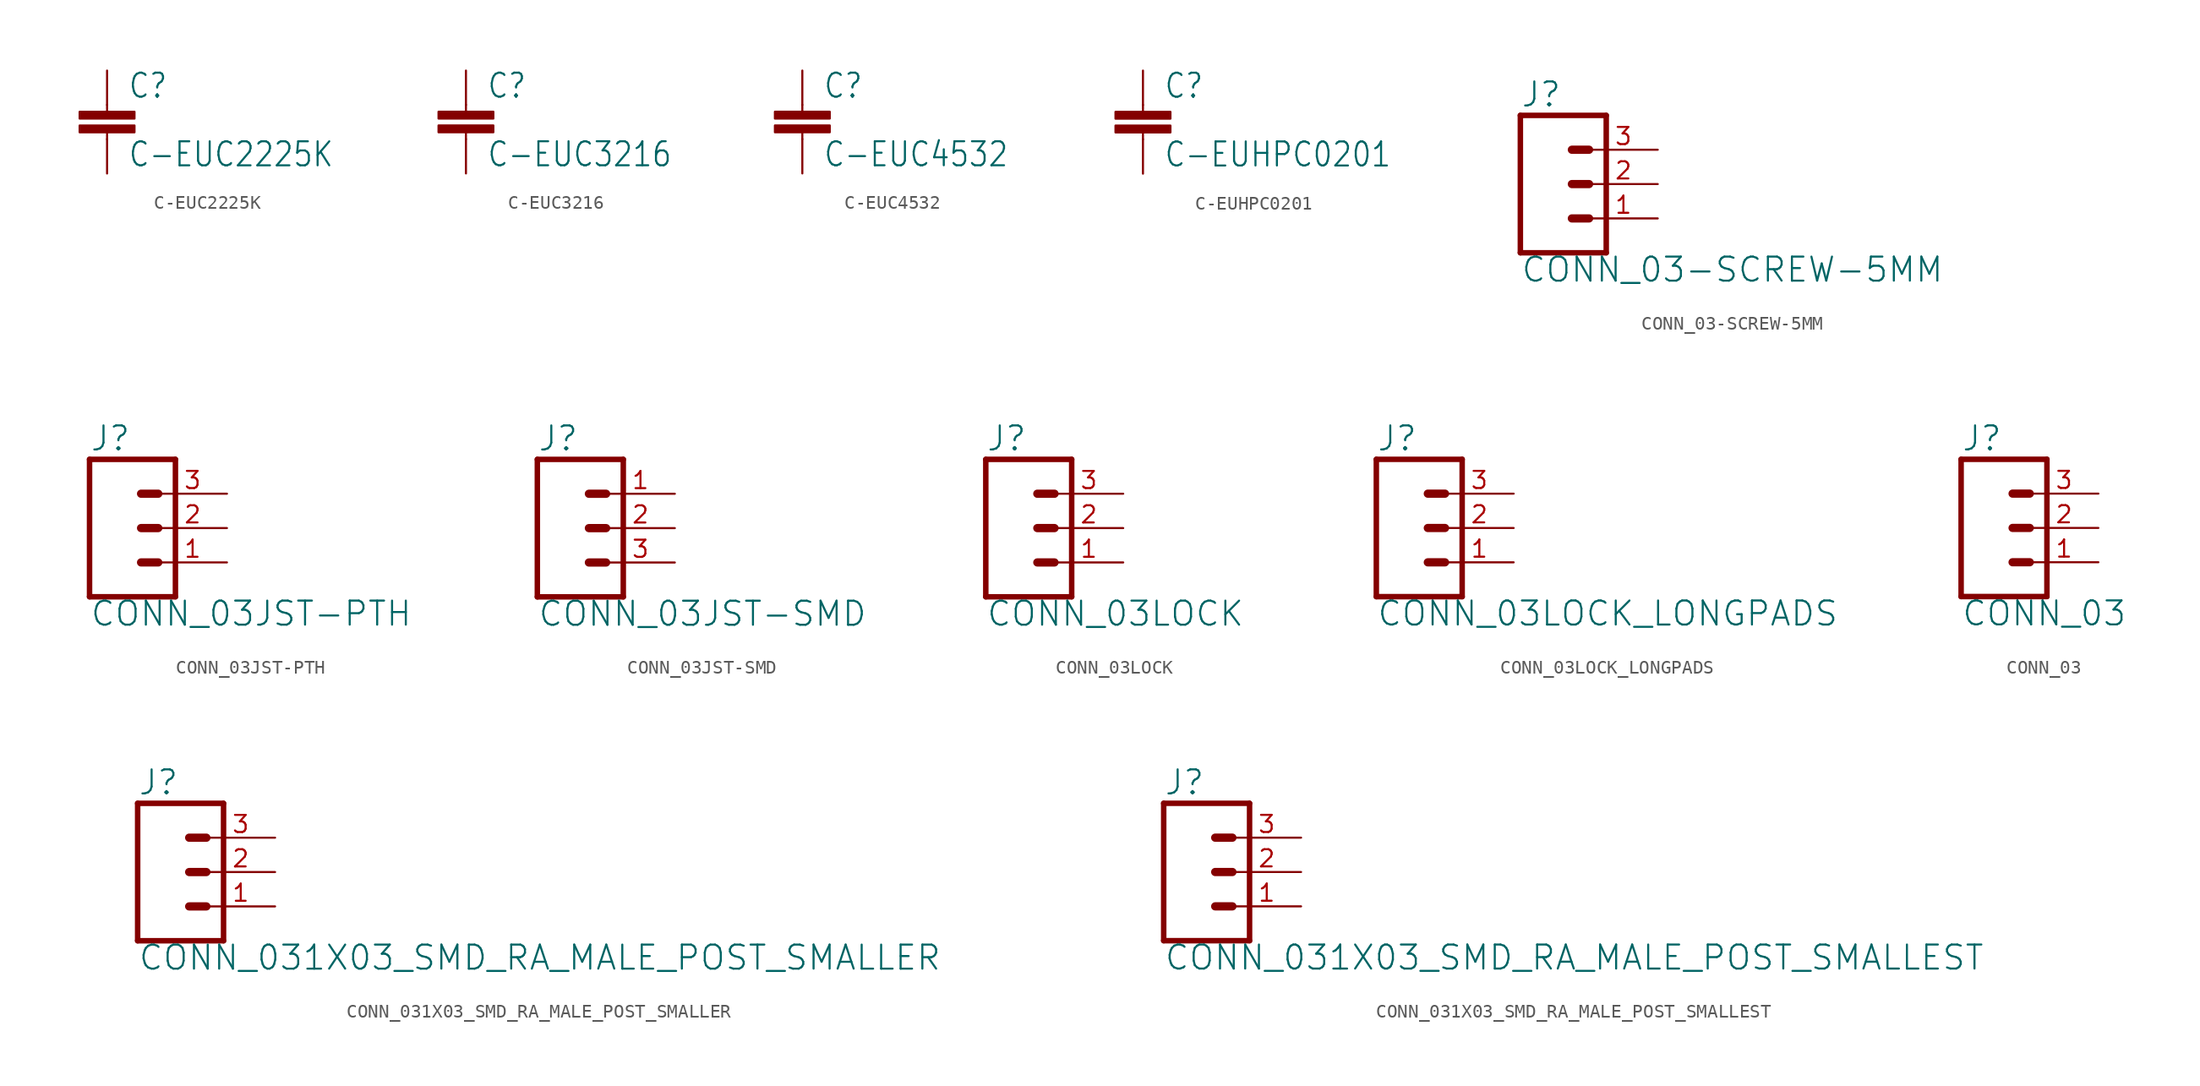
<source format=kicad_sym>
(kicad_symbol_lib
  (version 20211014)
  (generator kicad_symbol_editor)
  (symbol "C-EUC2225K"
    (property "Reference" "C"
      (at 1.524 0.381 0)
      (effects (font (size 1.778 1.511)) (justify left bottom)))
    (property "Value" "C-EUC2225K"
      (at 1.524 -4.699 0)
      (effects (font (size 1.778 1.511)) (justify left bottom)))
    (property "ki_locked" ""
      (at 0 0 0)
      (effects (font (size 1.27 1.27))))
    (symbol "C-EUC2225K_1_0"
      (rectangle (start -2.032 -2.032) (end 2.032 -1.524) (stroke (width 0) (type default) (color 0 0 0 0)) (fill (type outline)))
      (rectangle (start -2.032 -1.016) (end 2.032 -0.508) (stroke (width 0) (type default) (color 0 0 0 0)) (fill (type outline)))
      (polyline (pts (xy 0 -2.54) (xy 0 -2.032)) (stroke (width 0.152) (type default) (color 0 0 0 0)) (fill (type none)))
      (polyline (pts (xy 0 0) (xy 0 -0.508)) (stroke (width 0.152) (type default) (color 0 0 0 0)) (fill (type none)))
      (pin passive line (at 0 2.54 270) (length 2.54) (name "1" (effects (font (size 0 0)))) (number "1" (effects (font (size 0 0)))))
      (pin passive line (at 0 -5.08 90) (length 2.54) (name "2" (effects (font (size 0 0)))) (number "2" (effects (font (size 0 0)))))))
  (symbol "C-EUC3216"
    (property "Reference" "C"
      (at 1.524 0.381 0)
      (effects (font (size 1.778 1.511)) (justify left bottom)))
    (property "Value" "C-EUC3216"
      (at 1.524 -4.699 0)
      (effects (font (size 1.778 1.511)) (justify left bottom)))
    (property "ki_locked" ""
      (at 0 0 0)
      (effects (font (size 1.27 1.27))))
    (symbol "C-EUC3216_1_0"
      (rectangle (start -2.032 -2.032) (end 2.032 -1.524) (stroke (width 0) (type default) (color 0 0 0 0)) (fill (type outline)))
      (rectangle (start -2.032 -1.016) (end 2.032 -0.508) (stroke (width 0) (type default) (color 0 0 0 0)) (fill (type outline)))
      (polyline (pts (xy 0 -2.54) (xy 0 -2.032)) (stroke (width 0.152) (type default) (color 0 0 0 0)) (fill (type none)))
      (polyline (pts (xy 0 0) (xy 0 -0.508)) (stroke (width 0.152) (type default) (color 0 0 0 0)) (fill (type none)))
      (pin passive line (at 0 2.54 270) (length 2.54) (name "1" (effects (font (size 0 0)))) (number "1" (effects (font (size 0 0)))))
      (pin passive line (at 0 -5.08 90) (length 2.54) (name "2" (effects (font (size 0 0)))) (number "2" (effects (font (size 0 0)))))))
  (symbol "C-EUC4532"
    (property "Reference" "C"
      (at 1.524 0.381 0)
      (effects (font (size 1.778 1.511)) (justify left bottom)))
    (property "Value" "C-EUC4532"
      (at 1.524 -4.699 0)
      (effects (font (size 1.778 1.511)) (justify left bottom)))
    (property "ki_locked" ""
      (at 0 0 0)
      (effects (font (size 1.27 1.27))))
    (symbol "C-EUC4532_1_0"
      (rectangle (start -2.032 -2.032) (end 2.032 -1.524) (stroke (width 0) (type default) (color 0 0 0 0)) (fill (type outline)))
      (rectangle (start -2.032 -1.016) (end 2.032 -0.508) (stroke (width 0) (type default) (color 0 0 0 0)) (fill (type outline)))
      (polyline (pts (xy 0 -2.54) (xy 0 -2.032)) (stroke (width 0.152) (type default) (color 0 0 0 0)) (fill (type none)))
      (polyline (pts (xy 0 0) (xy 0 -0.508)) (stroke (width 0.152) (type default) (color 0 0 0 0)) (fill (type none)))
      (pin passive line (at 0 2.54 270) (length 2.54) (name "1" (effects (font (size 0 0)))) (number "1" (effects (font (size 0 0)))))
      (pin passive line (at 0 -5.08 90) (length 2.54) (name "2" (effects (font (size 0 0)))) (number "2" (effects (font (size 0 0)))))))
  (symbol "C-EUHPC0201"
    (property "Reference" "C"
      (at 1.524 0.381 0)
      (effects (font (size 1.778 1.511)) (justify left bottom)))
    (property "Value" "C-EUHPC0201"
      (at 1.524 -4.699 0)
      (effects (font (size 1.778 1.511)) (justify left bottom)))
    (property "ki_locked" ""
      (at 0 0 0)
      (effects (font (size 1.27 1.27))))
    (symbol "C-EUHPC0201_1_0"
      (rectangle (start -2.032 -2.032) (end 2.032 -1.524) (stroke (width 0) (type default) (color 0 0 0 0)) (fill (type outline)))
      (rectangle (start -2.032 -1.016) (end 2.032 -0.508) (stroke (width 0) (type default) (color 0 0 0 0)) (fill (type outline)))
      (polyline (pts (xy 0 -2.54) (xy 0 -2.032)) (stroke (width 0.152) (type default) (color 0 0 0 0)) (fill (type none)))
      (polyline (pts (xy 0 0) (xy 0 -0.508)) (stroke (width 0.152) (type default) (color 0 0 0 0)) (fill (type none)))
      (pin passive line (at 0 2.54 270) (length 2.54) (name "1" (effects (font (size 0 0)))) (number "1" (effects (font (size 0 0)))))
      (pin passive line (at 0 -5.08 90) (length 2.54) (name "2" (effects (font (size 0 0)))) (number "2" (effects (font (size 0 0)))))))
  (symbol "CONN_03-SCREW-5MM"
    (property "Reference" "J"
      (at -2.54 5.588 0)
      (effects (font (size 1.778 1.778)) (justify left bottom)))
    (property "Value" "CONN_03-SCREW-5MM"
      (at -2.54 -7.366 0)
      (effects (font (size 1.778 1.778)) (justify left bottom)))
    (property "ki_locked" ""
      (at 0 0 0)
      (effects (font (size 1.27 1.27))))
    (symbol "CONN_03-SCREW-5MM_1_0"
      (polyline (pts (xy -2.54 5.08) (xy -2.54 -5.08)) (stroke (width 0.406) (type default) (color 0 0 0 0)) (fill (type none)))
      (polyline (pts (xy -2.54 5.08) (xy 3.81 5.08)) (stroke (width 0.406) (type default) (color 0 0 0 0)) (fill (type none)))
      (polyline (pts (xy 1.27 -2.54) (xy 2.54 -2.54)) (stroke (width 0.61) (type default) (color 0 0 0 0)) (fill (type none)))
      (polyline (pts (xy 1.27 0) (xy 2.54 0)) (stroke (width 0.61) (type default) (color 0 0 0 0)) (fill (type none)))
      (polyline (pts (xy 1.27 2.54) (xy 2.54 2.54)) (stroke (width 0.61) (type default) (color 0 0 0 0)) (fill (type none)))
      (polyline (pts (xy 3.81 -5.08) (xy -2.54 -5.08)) (stroke (width 0.406) (type default) (color 0 0 0 0)) (fill (type none)))
      (polyline (pts (xy 3.81 -5.08) (xy 3.81 5.08)) (stroke (width 0.406) (type default) (color 0 0 0 0)) (fill (type none)))
      (pin passive line (at 7.62 -2.54 180) (length 5.08) (name "1" (effects (font (size 0 0)))) (number "1" (effects (font (size 1.27 1.27)))))
      (pin passive line (at 7.62 0 180) (length 5.08) (name "2" (effects (font (size 0 0)))) (number "2" (effects (font (size 1.27 1.27)))))
      (pin passive line (at 7.62 2.54 180) (length 5.08) (name "3" (effects (font (size 0 0)))) (number "3" (effects (font (size 1.27 1.27)))))))
  (symbol "CONN_03JST-PTH"
    (property "Reference" "J"
      (at -2.54 5.588 0)
      (effects (font (size 1.778 1.778)) (justify left bottom)))
    (property "Value" "CONN_03JST-PTH"
      (at -2.54 -7.366 0)
      (effects (font (size 1.778 1.778)) (justify left bottom)))
    (property "ki_locked" ""
      (at 0 0 0)
      (effects (font (size 1.27 1.27))))
    (symbol "CONN_03JST-PTH_1_0"
      (polyline (pts (xy -2.54 5.08) (xy -2.54 -5.08)) (stroke (width 0.406) (type default) (color 0 0 0 0)) (fill (type none)))
      (polyline (pts (xy -2.54 5.08) (xy 3.81 5.08)) (stroke (width 0.406) (type default) (color 0 0 0 0)) (fill (type none)))
      (polyline (pts (xy 1.27 -2.54) (xy 2.54 -2.54)) (stroke (width 0.61) (type default) (color 0 0 0 0)) (fill (type none)))
      (polyline (pts (xy 1.27 0) (xy 2.54 0)) (stroke (width 0.61) (type default) (color 0 0 0 0)) (fill (type none)))
      (polyline (pts (xy 1.27 2.54) (xy 2.54 2.54)) (stroke (width 0.61) (type default) (color 0 0 0 0)) (fill (type none)))
      (polyline (pts (xy 3.81 -5.08) (xy -2.54 -5.08)) (stroke (width 0.406) (type default) (color 0 0 0 0)) (fill (type none)))
      (polyline (pts (xy 3.81 -5.08) (xy 3.81 5.08)) (stroke (width 0.406) (type default) (color 0 0 0 0)) (fill (type none)))
      (pin passive line (at 7.62 -2.54 180) (length 5.08) (name "1" (effects (font (size 0 0)))) (number "1" (effects (font (size 1.27 1.27)))))
      (pin passive line (at 7.62 0 180) (length 5.08) (name "2" (effects (font (size 0 0)))) (number "2" (effects (font (size 1.27 1.27)))))
      (pin passive line (at 7.62 2.54 180) (length 5.08) (name "3" (effects (font (size 0 0)))) (number "3" (effects (font (size 1.27 1.27)))))))
  (symbol "CONN_03JST-SMD"
    (property "Reference" "J"
      (at -2.54 5.588 0)
      (effects (font (size 1.778 1.778)) (justify left bottom)))
    (property "Value" "CONN_03JST-SMD"
      (at -2.54 -7.366 0)
      (effects (font (size 1.778 1.778)) (justify left bottom)))
    (property "ki_locked" ""
      (at 0 0 0)
      (effects (font (size 1.27 1.27))))
    (symbol "CONN_03JST-SMD_1_0"
      (polyline (pts (xy -2.54 5.08) (xy -2.54 -5.08)) (stroke (width 0.406) (type default) (color 0 0 0 0)) (fill (type none)))
      (polyline (pts (xy -2.54 5.08) (xy 3.81 5.08)) (stroke (width 0.406) (type default) (color 0 0 0 0)) (fill (type none)))
      (polyline (pts (xy 1.27 -2.54) (xy 2.54 -2.54)) (stroke (width 0.61) (type default) (color 0 0 0 0)) (fill (type none)))
      (polyline (pts (xy 1.27 0) (xy 2.54 0)) (stroke (width 0.61) (type default) (color 0 0 0 0)) (fill (type none)))
      (polyline (pts (xy 1.27 2.54) (xy 2.54 2.54)) (stroke (width 0.61) (type default) (color 0 0 0 0)) (fill (type none)))
      (polyline (pts (xy 3.81 -5.08) (xy -2.54 -5.08)) (stroke (width 0.406) (type default) (color 0 0 0 0)) (fill (type none)))
      (polyline (pts (xy 3.81 -5.08) (xy 3.81 5.08)) (stroke (width 0.406) (type default) (color 0 0 0 0)) (fill (type none)))
      (pin passive line (at 7.62 2.54 180) (length 5.08) (name "3" (effects (font (size 0 0)))) (number "1" (effects (font (size 1.27 1.27)))))
      (pin passive line (at 7.62 0 180) (length 5.08) (name "2" (effects (font (size 0 0)))) (number "2" (effects (font (size 1.27 1.27)))))
      (pin passive line (at 7.62 -2.54 180) (length 5.08) (name "1" (effects (font (size 0 0)))) (number "3" (effects (font (size 1.27 1.27)))))))
  (symbol "CONN_03LOCK"
    (property "Reference" "J"
      (at -2.54 5.588 0)
      (effects (font (size 1.778 1.778)) (justify left bottom)))
    (property "Value" "CONN_03LOCK"
      (at -2.54 -7.366 0)
      (effects (font (size 1.778 1.778)) (justify left bottom)))
    (property "ki_locked" ""
      (at 0 0 0)
      (effects (font (size 1.27 1.27))))
    (symbol "CONN_03LOCK_1_0"
      (polyline (pts (xy -2.54 5.08) (xy -2.54 -5.08)) (stroke (width 0.406) (type default) (color 0 0 0 0)) (fill (type none)))
      (polyline (pts (xy -2.54 5.08) (xy 3.81 5.08)) (stroke (width 0.406) (type default) (color 0 0 0 0)) (fill (type none)))
      (polyline (pts (xy 1.27 -2.54) (xy 2.54 -2.54)) (stroke (width 0.61) (type default) (color 0 0 0 0)) (fill (type none)))
      (polyline (pts (xy 1.27 0) (xy 2.54 0)) (stroke (width 0.61) (type default) (color 0 0 0 0)) (fill (type none)))
      (polyline (pts (xy 1.27 2.54) (xy 2.54 2.54)) (stroke (width 0.61) (type default) (color 0 0 0 0)) (fill (type none)))
      (polyline (pts (xy 3.81 -5.08) (xy -2.54 -5.08)) (stroke (width 0.406) (type default) (color 0 0 0 0)) (fill (type none)))
      (polyline (pts (xy 3.81 -5.08) (xy 3.81 5.08)) (stroke (width 0.406) (type default) (color 0 0 0 0)) (fill (type none)))
      (pin passive line (at 7.62 -2.54 180) (length 5.08) (name "1" (effects (font (size 0 0)))) (number "1" (effects (font (size 1.27 1.27)))))
      (pin passive line (at 7.62 0 180) (length 5.08) (name "2" (effects (font (size 0 0)))) (number "2" (effects (font (size 1.27 1.27)))))
      (pin passive line (at 7.62 2.54 180) (length 5.08) (name "3" (effects (font (size 0 0)))) (number "3" (effects (font (size 1.27 1.27)))))))
  (symbol "CONN_03LOCK_LONGPADS"
    (property "Reference" "J"
      (at -2.54 5.588 0)
      (effects (font (size 1.778 1.778)) (justify left bottom)))
    (property "Value" "CONN_03LOCK_LONGPADS"
      (at -2.54 -7.366 0)
      (effects (font (size 1.778 1.778)) (justify left bottom)))
    (property "ki_locked" ""
      (at 0 0 0)
      (effects (font (size 1.27 1.27))))
    (symbol "CONN_03LOCK_LONGPADS_1_0"
      (polyline (pts (xy -2.54 5.08) (xy -2.54 -5.08)) (stroke (width 0.406) (type default) (color 0 0 0 0)) (fill (type none)))
      (polyline (pts (xy -2.54 5.08) (xy 3.81 5.08)) (stroke (width 0.406) (type default) (color 0 0 0 0)) (fill (type none)))
      (polyline (pts (xy 1.27 -2.54) (xy 2.54 -2.54)) (stroke (width 0.61) (type default) (color 0 0 0 0)) (fill (type none)))
      (polyline (pts (xy 1.27 0) (xy 2.54 0)) (stroke (width 0.61) (type default) (color 0 0 0 0)) (fill (type none)))
      (polyline (pts (xy 1.27 2.54) (xy 2.54 2.54)) (stroke (width 0.61) (type default) (color 0 0 0 0)) (fill (type none)))
      (polyline (pts (xy 3.81 -5.08) (xy -2.54 -5.08)) (stroke (width 0.406) (type default) (color 0 0 0 0)) (fill (type none)))
      (polyline (pts (xy 3.81 -5.08) (xy 3.81 5.08)) (stroke (width 0.406) (type default) (color 0 0 0 0)) (fill (type none)))
      (pin passive line (at 7.62 -2.54 180) (length 5.08) (name "1" (effects (font (size 0 0)))) (number "1" (effects (font (size 1.27 1.27)))))
      (pin passive line (at 7.62 0 180) (length 5.08) (name "2" (effects (font (size 0 0)))) (number "2" (effects (font (size 1.27 1.27)))))
      (pin passive line (at 7.62 2.54 180) (length 5.08) (name "3" (effects (font (size 0 0)))) (number "3" (effects (font (size 1.27 1.27)))))))
  (symbol "CONN_03"
    (property "Reference" "J"
      (at -2.54 5.588 0)
      (effects (font (size 1.778 1.778)) (justify left bottom)))
    (property "Value" "CONN_03"
      (at -2.54 -7.366 0)
      (effects (font (size 1.778 1.778)) (justify left bottom)))
    (property "ki_locked" ""
      (at 0 0 0)
      (effects (font (size 1.27 1.27))))
    (symbol "CONN_03_1_0"
      (polyline (pts (xy -2.54 5.08) (xy -2.54 -5.08)) (stroke (width 0.406) (type default) (color 0 0 0 0)) (fill (type none)))
      (polyline (pts (xy -2.54 5.08) (xy 3.81 5.08)) (stroke (width 0.406) (type default) (color 0 0 0 0)) (fill (type none)))
      (polyline (pts (xy 1.27 -2.54) (xy 2.54 -2.54)) (stroke (width 0.61) (type default) (color 0 0 0 0)) (fill (type none)))
      (polyline (pts (xy 1.27 0) (xy 2.54 0)) (stroke (width 0.61) (type default) (color 0 0 0 0)) (fill (type none)))
      (polyline (pts (xy 1.27 2.54) (xy 2.54 2.54)) (stroke (width 0.61) (type default) (color 0 0 0 0)) (fill (type none)))
      (polyline (pts (xy 3.81 -5.08) (xy -2.54 -5.08)) (stroke (width 0.406) (type default) (color 0 0 0 0)) (fill (type none)))
      (polyline (pts (xy 3.81 -5.08) (xy 3.81 5.08)) (stroke (width 0.406) (type default) (color 0 0 0 0)) (fill (type none)))
      (pin passive line (at 7.62 -2.54 180) (length 5.08) (name "1" (effects (font (size 0 0)))) (number "1" (effects (font (size 1.27 1.27)))))
      (pin passive line (at 7.62 0 180) (length 5.08) (name "2" (effects (font (size 0 0)))) (number "2" (effects (font (size 1.27 1.27)))))
      (pin passive line (at 7.62 2.54 180) (length 5.08) (name "3" (effects (font (size 0 0)))) (number "3" (effects (font (size 1.27 1.27)))))))
  (symbol "CONN_031X03_SMD_RA_MALE_POST_SMALLER"
    (property "Reference" "J"
      (at -2.54 5.588 0)
      (effects (font (size 1.778 1.778)) (justify left bottom)))
    (property "Value" "CONN_031X03_SMD_RA_MALE_POST_SMALLER"
      (at -2.54 -7.366 0)
      (effects (font (size 1.778 1.778)) (justify left bottom)))
    (property "ki_locked" ""
      (at 0 0 0)
      (effects (font (size 1.27 1.27))))
    (symbol "CONN_031X03_SMD_RA_MALE_POST_SMALLER_1_0"
      (polyline (pts (xy -2.54 5.08) (xy -2.54 -5.08)) (stroke (width 0.406) (type default) (color 0 0 0 0)) (fill (type none)))
      (polyline (pts (xy -2.54 5.08) (xy 3.81 5.08)) (stroke (width 0.406) (type default) (color 0 0 0 0)) (fill (type none)))
      (polyline (pts (xy 1.27 -2.54) (xy 2.54 -2.54)) (stroke (width 0.61) (type default) (color 0 0 0 0)) (fill (type none)))
      (polyline (pts (xy 1.27 0) (xy 2.54 0)) (stroke (width 0.61) (type default) (color 0 0 0 0)) (fill (type none)))
      (polyline (pts (xy 1.27 2.54) (xy 2.54 2.54)) (stroke (width 0.61) (type default) (color 0 0 0 0)) (fill (type none)))
      (polyline (pts (xy 3.81 -5.08) (xy -2.54 -5.08)) (stroke (width 0.406) (type default) (color 0 0 0 0)) (fill (type none)))
      (polyline (pts (xy 3.81 -5.08) (xy 3.81 5.08)) (stroke (width 0.406) (type default) (color 0 0 0 0)) (fill (type none)))
      (pin passive line (at 7.62 -2.54 180) (length 5.08) (name "1" (effects (font (size 0 0)))) (number "1" (effects (font (size 1.27 1.27)))))
      (pin passive line (at 7.62 0 180) (length 5.08) (name "2" (effects (font (size 0 0)))) (number "2" (effects (font (size 1.27 1.27)))))
      (pin passive line (at 7.62 2.54 180) (length 5.08) (name "3" (effects (font (size 0 0)))) (number "3" (effects (font (size 1.27 1.27)))))))
  (symbol "CONN_031X03_SMD_RA_MALE_POST_SMALLEST"
    (property "Reference" "J"
      (at -2.54 5.588 0)
      (effects (font (size 1.778 1.778)) (justify left bottom)))
    (property "Value" "CONN_031X03_SMD_RA_MALE_POST_SMALLEST"
      (at -2.54 -7.366 0)
      (effects (font (size 1.778 1.778)) (justify left bottom)))
    (property "ki_locked" ""
      (at 0 0 0)
      (effects (font (size 1.27 1.27))))
    (symbol "CONN_031X03_SMD_RA_MALE_POST_SMALLEST_1_0"
      (polyline (pts (xy -2.54 5.08) (xy -2.54 -5.08)) (stroke (width 0.406) (type default) (color 0 0 0 0)) (fill (type none)))
      (polyline (pts (xy -2.54 5.08) (xy 3.81 5.08)) (stroke (width 0.406) (type default) (color 0 0 0 0)) (fill (type none)))
      (polyline (pts (xy 1.27 -2.54) (xy 2.54 -2.54)) (stroke (width 0.61) (type default) (color 0 0 0 0)) (fill (type none)))
      (polyline (pts (xy 1.27 0) (xy 2.54 0)) (stroke (width 0.61) (type default) (color 0 0 0 0)) (fill (type none)))
      (polyline (pts (xy 1.27 2.54) (xy 2.54 2.54)) (stroke (width 0.61) (type default) (color 0 0 0 0)) (fill (type none)))
      (polyline (pts (xy 3.81 -5.08) (xy -2.54 -5.08)) (stroke (width 0.406) (type default) (color 0 0 0 0)) (fill (type none)))
      (polyline (pts (xy 3.81 -5.08) (xy 3.81 5.08)) (stroke (width 0.406) (type default) (color 0 0 0 0)) (fill (type none)))
      (pin passive line (at 7.62 -2.54 180) (length 5.08) (name "1" (effects (font (size 0 0)))) (number "1" (effects (font (size 1.27 1.27)))))
      (pin passive line (at 7.62 0 180) (length 5.08) (name "2" (effects (font (size 0 0)))) (number "2" (effects (font (size 1.27 1.27)))))
      (pin passive line (at 7.62 2.54 180) (length 5.08) (name "3" (effects (font (size 0 0)))) (number "3" (effects (font (size 1.27 1.27))))))))
</source>
